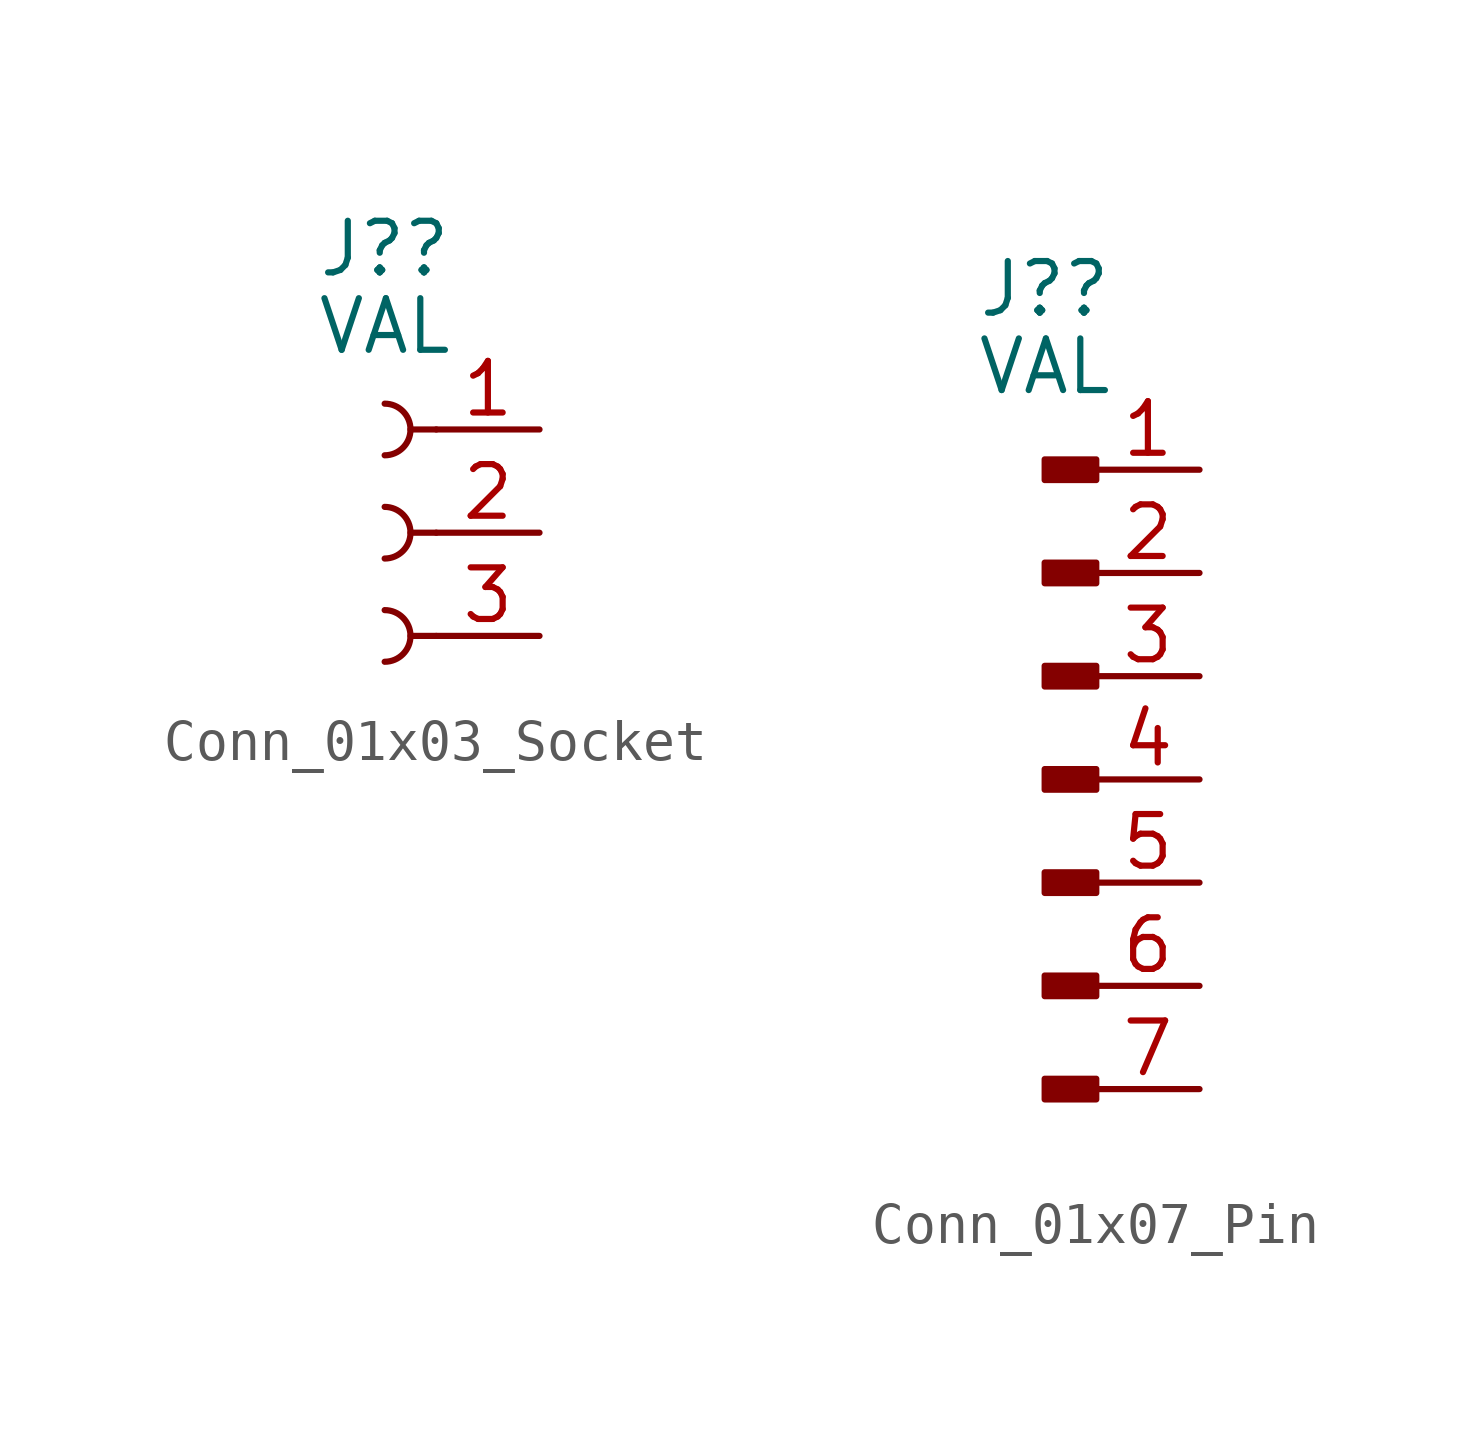
<source format=kicad_sym>
(kicad_symbol_lib
  (version 20231120)
  (generator "kicad_symbol_editor")
  (generator_version "8.0")
  (symbol "Conn_01x03_Socket"
    (pin_names hide)
    (property "Reference" "J?"
      (at 0 6.985 0)
      (do_not_autoplace)
      (effects (font (size 1.27 1.27))))
    (property "Value" "VAL"
      (at 0 5.08 0)
      (do_not_autoplace)
      (effects (font (size 1.27 1.27))))
    (symbol "Conn_01x03_Socket_0_1"
      (arc (start 0 -3.175) (mid 0.635 -2.54) (end 0 -1.905) (stroke (width 0) (type default)) (fill (type none)))
      (arc (start 0 -0.635) (mid 0.635 0) (end 0 0.635) (stroke (width 0) (type default)) (fill (type none)))
      (polyline (pts (xy 1.27 -2.54) (xy 0.635 -2.54)) (stroke (width 0) (type default)) (fill (type none)))
      (polyline (pts (xy 1.27 0) (xy 0.635 0)) (stroke (width 0) (type default)) (fill (type none)))
      (polyline (pts (xy 1.27 2.54) (xy 0.635 2.54)) (stroke (width 0) (type default)) (fill (type none)))
      (arc (start 0 1.905) (mid 0.635 2.54) (end 0 3.175) (stroke (width 0) (type default)) (fill (type none))))
    (symbol "Conn_01x03_Socket_1_0"
      (pin passive line (at 3.81 2.54 180) (length 2.54) (name "" (effects (font (size 1.27 1.27)))) (number "1" (effects (font (size 1.27 1.27)))))
      (pin passive line (at 3.81 0 180) (length 2.54) (name "" (effects (font (size 1.27 1.27)))) (number "2" (effects (font (size 1.27 1.27)))))
      (pin passive line (at 3.81 -2.54 180) (length 2.54) (name "" (effects (font (size 1.27 1.27)))) (number "3" (effects (font (size 1.27 1.27)))))))
  (symbol "Conn_01x07_Pin"
    (pin_names hide)
    (property "Reference" "J?"
      (at 0 12.065 0)
      (do_not_autoplace)
      (effects (font (size 1.27 1.27))))
    (property "Value" "VAL"
      (at 0 10.16 0)
      (do_not_autoplace)
      (effects (font (size 1.27 1.27))))
    (symbol "Conn_01x07_Pin_1_0"
      (pin passive line (at 3.81 7.62 180) (length 2.54) (name "" (effects (font (size 1.27 1.27)))) (number "1" (effects (font (size 1.27 1.27)))))
      (pin passive line (at 3.81 5.08 180) (length 2.54) (name "" (effects (font (size 1.27 1.27)))) (number "2" (effects (font (size 1.27 1.27)))))
      (pin passive line (at 3.81 2.54 180) (length 2.54) (name "" (effects (font (size 1.27 1.27)))) (number "3" (effects (font (size 1.27 1.27)))))
      (pin passive line (at 3.81 0 180) (length 2.54) (name "" (effects (font (size 1.27 1.27)))) (number "4" (effects (font (size 1.27 1.27)))))
      (pin passive line (at 3.81 -2.54 180) (length 2.54) (name "" (effects (font (size 1.27 1.27)))) (number "5" (effects (font (size 1.27 1.27)))))
      (pin passive line (at 3.81 -5.08 180) (length 2.54) (name "" (effects (font (size 1.27 1.27)))) (number "6" (effects (font (size 1.27 1.27)))))
      (pin passive line (at 3.81 -7.62 180) (length 2.54) (name "" (effects (font (size 1.27 1.27)))) (number "7" (effects (font (size 1.27 1.27))))))
    (symbol "Conn_01x07_Pin_1_1"
      (rectangle (start 0 -7.366) (end 1.27 -7.874) (stroke (width 0) (type default)) (fill (type outline)))
      (rectangle (start 0 -4.826) (end 1.27 -5.334) (stroke (width 0) (type default)) (fill (type outline)))
      (rectangle (start 0 -2.286) (end 1.27 -2.794) (stroke (width 0) (type default)) (fill (type outline)))
      (rectangle (start 0 0.254) (end 1.27 -0.254) (stroke (width 0) (type default)) (fill (type outline)))
      (rectangle (start 0 2.794) (end 1.27 2.286) (stroke (width 0) (type default)) (fill (type outline)))
      (rectangle (start 0 5.334) (end 1.27 4.826) (stroke (width 0) (type default)) (fill (type outline)))
      (rectangle (start 0 7.874) (end 1.27 7.366) (stroke (width 0) (type default)) (fill (type outline))))))
</source>
